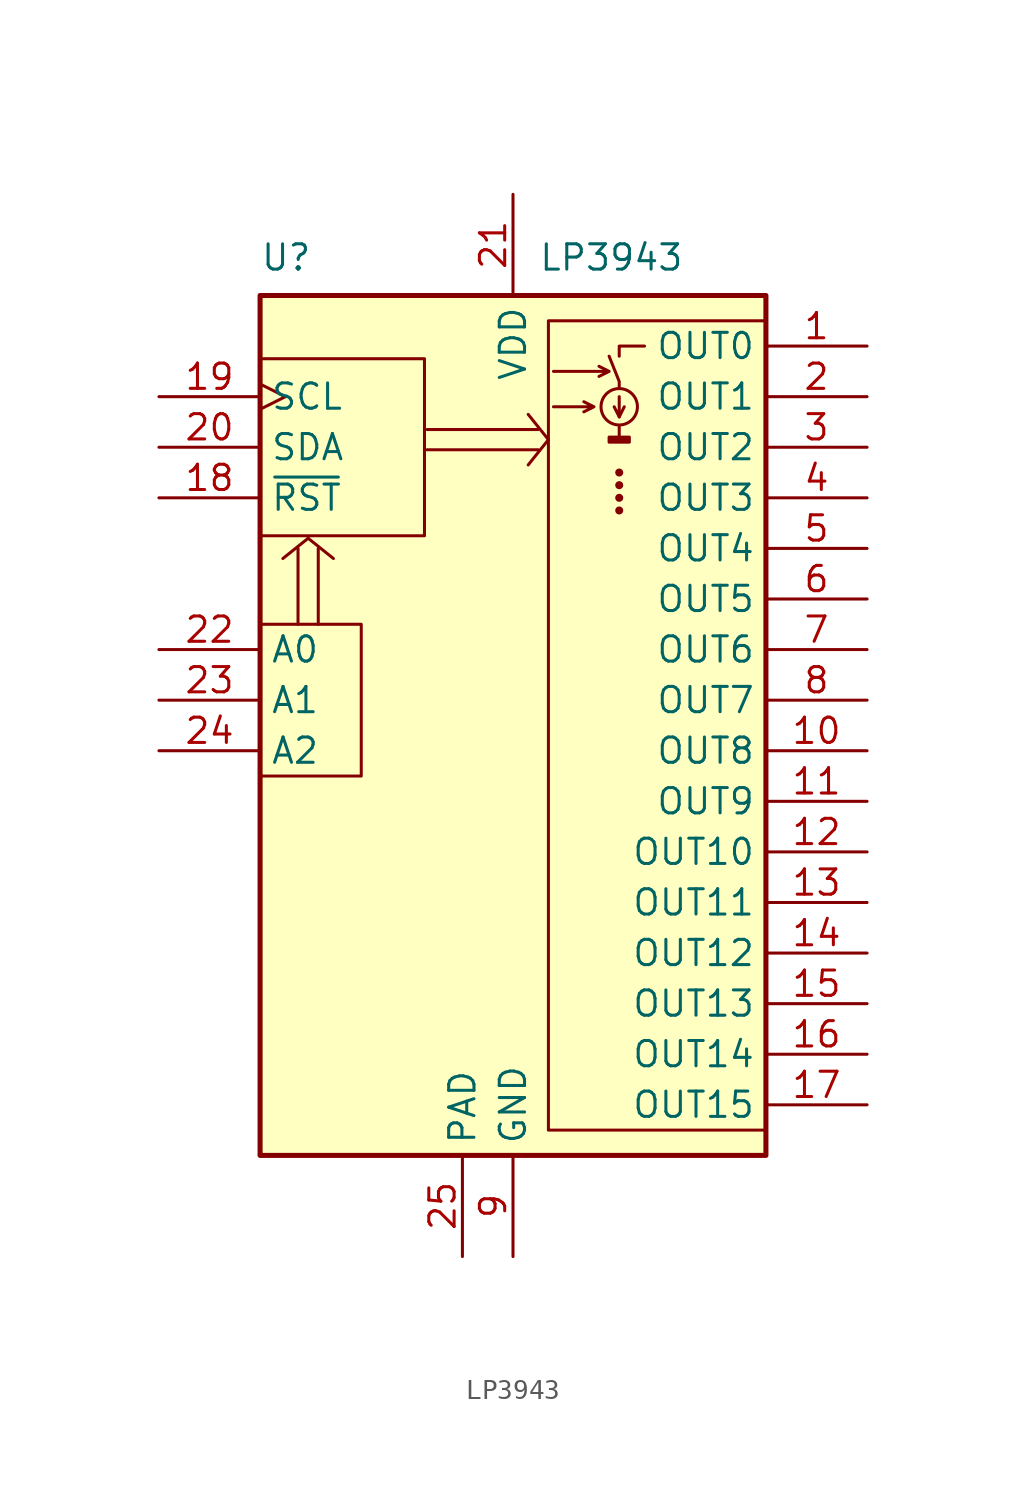
<source format=kicad_sym>
(kicad_symbol_lib
  (version 20200126)
  (host kicad_symbol_editor "(5.99.0-1839-gb83d64fc0)")
  (symbol "Driver_LED_RD:LP3943"
    (property "Reference" "U"
      (at -12.7 22.225 0)
      (effects (font (size 1.27 1.27)) (justify left)))
    (property "Value" "LP3943"
      (at 1.27 22.225 0)
      (effects (font (size 1.27 1.27)) (justify left)))
    (symbol "LP3943_0_1"
      (circle (center 5.334 9.525) (radius 0.127) (stroke (width 0)) (fill (type outline)))
      (circle (center 5.334 10.16) (radius 0.127) (stroke (width 0)) (fill (type outline)))
      (circle (center 5.334 10.795) (radius 0.127) (stroke (width 0)) (fill (type outline)))
      (circle (center 5.334 11.43) (radius 0.127) (stroke (width 0)) (fill (type outline)))
      (circle (center 5.334 14.732) (radius 0.914) (stroke (width 0)) (fill (type none)))
      (rectangle (start -12.7 17.145) (end -4.445 8.255) (stroke (width 0)) (fill (type none)))
      (rectangle (start -12.7 3.81) (end -7.62 -3.81) (stroke (width 0)) (fill (type none)))
      (rectangle (start -12.7 20.32) (end 12.7 -22.86) (stroke (width 0.254)) (fill (type background)))
      (rectangle (start 1.778 19.05) (end 12.7 -21.59) (stroke (width 0)) (fill (type none)))
      (rectangle (start 4.826 13.208) (end 5.842 12.954) (stroke (width 0)) (fill (type outline)))
      (polyline (pts (xy -4.318 13.589) (xy 1.27 13.589)) (stroke (width 0)) (fill (type none)))
      (polyline (pts (xy -10.795 3.81) (xy -10.795 7.62)) (stroke (width 0)) (fill (type none)))
      (polyline (pts (xy 1.27 12.573) (xy -4.318 12.573)) (stroke (width 0)) (fill (type none)))
      (polyline (pts (xy -9.779 7.62) (xy -9.779 3.81)) (stroke (width 0)) (fill (type none)))
      (polyline (pts (xy 1.778 13.081) (xy 0.762 11.811)) (stroke (width 0)) (fill (type none)))
      (polyline (pts (xy 1.778 13.081) (xy 0.762 14.351)) (stroke (width 0)) (fill (type none)))
      (polyline (pts (xy -10.287 8.128) (xy -9.017 7.112)) (stroke (width 0)) (fill (type none)))
      (polyline (pts (xy -10.287 8.128) (xy -11.557 7.112)) (stroke (width 0)) (fill (type none)))
      (polyline (pts (xy 5.334 13.716) (xy 5.334 13.208)) (stroke (width 0)) (fill (type none)))
      (polyline (pts (xy 5.334 14.224) (xy 5.588 14.732)) (stroke (width 0)) (fill (type none)))
      (polyline (pts (xy 5.334 15.24) (xy 5.334 14.224) (xy 5.08 14.732)) (stroke (width 0)) (fill (type none)))
      (polyline (pts (xy 5.334 15.748) (xy 5.334 16.002) (xy 4.826 17.272)) (stroke (width 0)) (fill (type none)))
      (polyline (pts (xy 5.334 17.272) (xy 5.334 17.78) (xy 6.604 17.78)) (stroke (width 0)) (fill (type none)))
      (polyline (pts (xy 2.032 14.732) (xy 4.064 14.732) (xy 3.556 14.986) (xy 4.064 14.732) (xy 3.556 14.478)) (stroke (width 0)) (fill (type none)))
      (polyline (pts (xy 2.032 16.51) (xy 4.826 16.51) (xy 4.318 16.764) (xy 4.826 16.51) (xy 4.318 16.256)) (stroke (width 0)) (fill (type none))))
    (symbol "LP3943_1_1"
      (pin power_in line (at 0 -27.94 90) (length 5.08) (name "GND" (effects (font (size 1.27 1.27)))) (number "9" (effects (font (size 1.27 1.27)))))
      (pin open_collector line (at 17.78 10.16 180) (length 5.08) (name "OUT3" (effects (font (size 1.27 1.27)))) (number "4" (effects (font (size 1.27 1.27)))))
      (pin open_collector line (at 17.78 7.62 180) (length 5.08) (name "OUT4" (effects (font (size 1.27 1.27)))) (number "5" (effects (font (size 1.27 1.27)))))
      (pin open_collector line (at 17.78 5.08 180) (length 5.08) (name "OUT5" (effects (font (size 1.27 1.27)))) (number "6" (effects (font (size 1.27 1.27)))))
      (pin open_collector line (at 17.78 2.54 180) (length 5.08) (name "OUT6" (effects (font (size 1.27 1.27)))) (number "7" (effects (font (size 1.27 1.27)))))
      (pin open_collector line (at 17.78 0 180) (length 5.08) (name "OUT7" (effects (font (size 1.27 1.27)))) (number "8" (effects (font (size 1.27 1.27)))))
      (pin open_collector line (at 17.78 -2.54 180) (length 5.08) (name "OUT8" (effects (font (size 1.27 1.27)))) (number "10" (effects (font (size 1.27 1.27)))))
      (pin open_collector line (at 17.78 -5.08 180) (length 5.08) (name "OUT9" (effects (font (size 1.27 1.27)))) (number "11" (effects (font (size 1.27 1.27)))))
      (pin open_collector line (at 17.78 -7.62 180) (length 5.08) (name "OUT10" (effects (font (size 1.27 1.27)))) (number "12" (effects (font (size 1.27 1.27)))))
      (pin open_collector line (at 17.78 -10.16 180) (length 5.08) (name "OUT11" (effects (font (size 1.27 1.27)))) (number "13" (effects (font (size 1.27 1.27)))))
      (pin open_collector line (at 17.78 -12.7 180) (length 5.08) (name "OUT12" (effects (font (size 1.27 1.27)))) (number "14" (effects (font (size 1.27 1.27)))))
      (pin open_collector line (at 17.78 -15.24 180) (length 5.08) (name "OUT13" (effects (font (size 1.27 1.27)))) (number "15" (effects (font (size 1.27 1.27)))))
      (pin open_collector line (at 17.78 -17.78 180) (length 5.08) (name "OUT14" (effects (font (size 1.27 1.27)))) (number "16" (effects (font (size 1.27 1.27)))))
      (pin open_collector line (at 17.78 -20.32 180) (length 5.08) (name "OUT15" (effects (font (size 1.27 1.27)))) (number "17" (effects (font (size 1.27 1.27)))))
      (pin input line (at -17.78 10.16 0) (length 5.08) (name "~RST" (effects (font (size 1.27 1.27)))) (number "18" (effects (font (size 1.27 1.27)))))
      (pin input line (at -17.78 -2.54 0) (length 5.08) (name "A2" (effects (font (size 1.27 1.27)))) (number "24" (effects (font (size 1.27 1.27)))))
      (pin input line (at -17.78 0 0) (length 5.08) (name "A1" (effects (font (size 1.27 1.27)))) (number "23" (effects (font (size 1.27 1.27)))))
      (pin input line (at -17.78 2.54 0) (length 5.08) (name "A0" (effects (font (size 1.27 1.27)))) (number "22" (effects (font (size 1.27 1.27)))))
      (pin power_in line (at 0 25.4 270) (length 5.08) (name "VDD" (effects (font (size 1.27 1.27)))) (number "21" (effects (font (size 1.27 1.27)))))
      (pin input line (at -2.54 -27.94 90) (length 5.08) (name "PAD" (effects (font (size 1.27 1.27)))) (number "25" (effects (font (size 1.27 1.27)))))
      (pin input clock (at -17.78 15.24 0) (length 5.08) (name "SCL" (effects (font (size 1.27 1.27)))) (number "19" (effects (font (size 1.27 1.27)))))
      (pin bidirectional line (at -17.78 12.7 0) (length 5.08) (name "SDA" (effects (font (size 1.27 1.27)))) (number "20" (effects (font (size 1.27 1.27)))))
      (pin open_collector line (at 17.78 17.78 180) (length 5.08) (name "OUT0" (effects (font (size 1.27 1.27)))) (number "1" (effects (font (size 1.27 1.27)))))
      (pin open_collector line (at 17.78 15.24 180) (length 5.08) (name "OUT1" (effects (font (size 1.27 1.27)))) (number "2" (effects (font (size 1.27 1.27)))))
      (pin open_collector line (at 17.78 12.7 180) (length 5.08) (name "OUT2" (effects (font (size 1.27 1.27)))) (number "3" (effects (font (size 1.27 1.27))))))))
</source>
